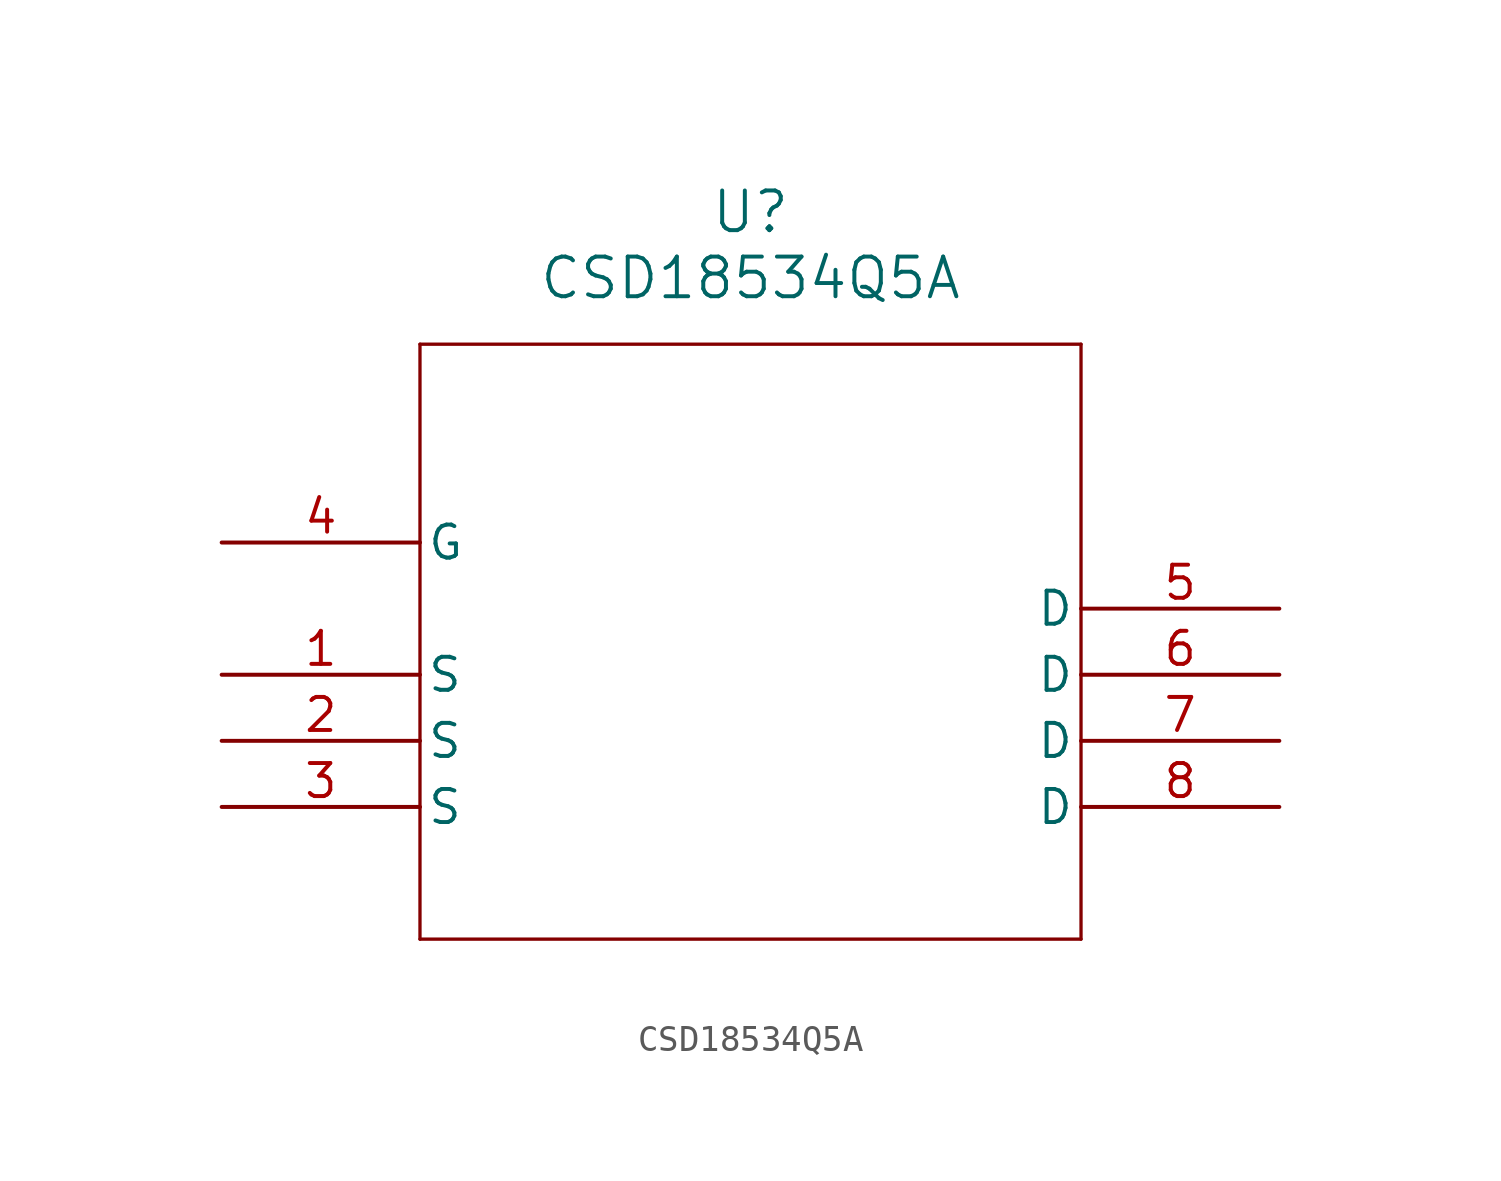
<source format=kicad_sym>
(kicad_symbol_lib
  (version 20211014)
  (generator kicad_symbol_editor)
  (symbol "CSD18534Q5A"
    (pin_names
      (offset 0.254))
    (property "Reference" "U"
      (at 20.32 12.7 0)
      (effects (font (size 1.524 1.524))))
    (property "Value" "CSD18534Q5A"
      (at 20.32 10.16 0)
      (effects (font (size 1.524 1.524))))
    (symbol "CSD18534Q5A_0_1"
      (polyline (pts (xy 7.62 7.62) (xy 7.62 -15.24)) (stroke (width 0.127) (type default) (color 0 0 0 0)) (fill (type none)))
      (polyline (pts (xy 7.62 -15.24) (xy 33.02 -15.24)) (stroke (width 0.127) (type default) (color 0 0 0 0)) (fill (type none)))
      (polyline (pts (xy 33.02 -15.24) (xy 33.02 7.62)) (stroke (width 0.127) (type default) (color 0 0 0 0)) (fill (type none)))
      (polyline (pts (xy 33.02 7.62) (xy 7.62 7.62)) (stroke (width 0.127) (type default) (color 0 0 0 0)) (fill (type none)))
      (pin unspecified line (at 0 -5.08 0) (length 7.62) (name "S" (effects (font (size 1.27 1.27)))) (number "1" (effects (font (size 1.27 1.27)))))
      (pin unspecified line (at 0 -7.62 0) (length 7.62) (name "S" (effects (font (size 1.27 1.27)))) (number "2" (effects (font (size 1.27 1.27)))))
      (pin unspecified line (at 0 -10.16 0) (length 7.62) (name "S" (effects (font (size 1.27 1.27)))) (number "3" (effects (font (size 1.27 1.27)))))
      (pin unspecified line (at 0 0 0) (length 7.62) (name "G" (effects (font (size 1.27 1.27)))) (number "4" (effects (font (size 1.27 1.27)))))
      (pin unspecified line (at 40.64 -2.54 180) (length 7.62) (name "D" (effects (font (size 1.27 1.27)))) (number "5" (effects (font (size 1.27 1.27)))))
      (pin unspecified line (at 40.64 -5.08 180) (length 7.62) (name "D" (effects (font (size 1.27 1.27)))) (number "6" (effects (font (size 1.27 1.27)))))
      (pin unspecified line (at 40.64 -7.62 180) (length 7.62) (name "D" (effects (font (size 1.27 1.27)))) (number "7" (effects (font (size 1.27 1.27)))))
      (pin unspecified line (at 40.64 -10.16 180) (length 7.62) (name "D" (effects (font (size 1.27 1.27)))) (number "8" (effects (font (size 1.27 1.27))))))))
</source>
